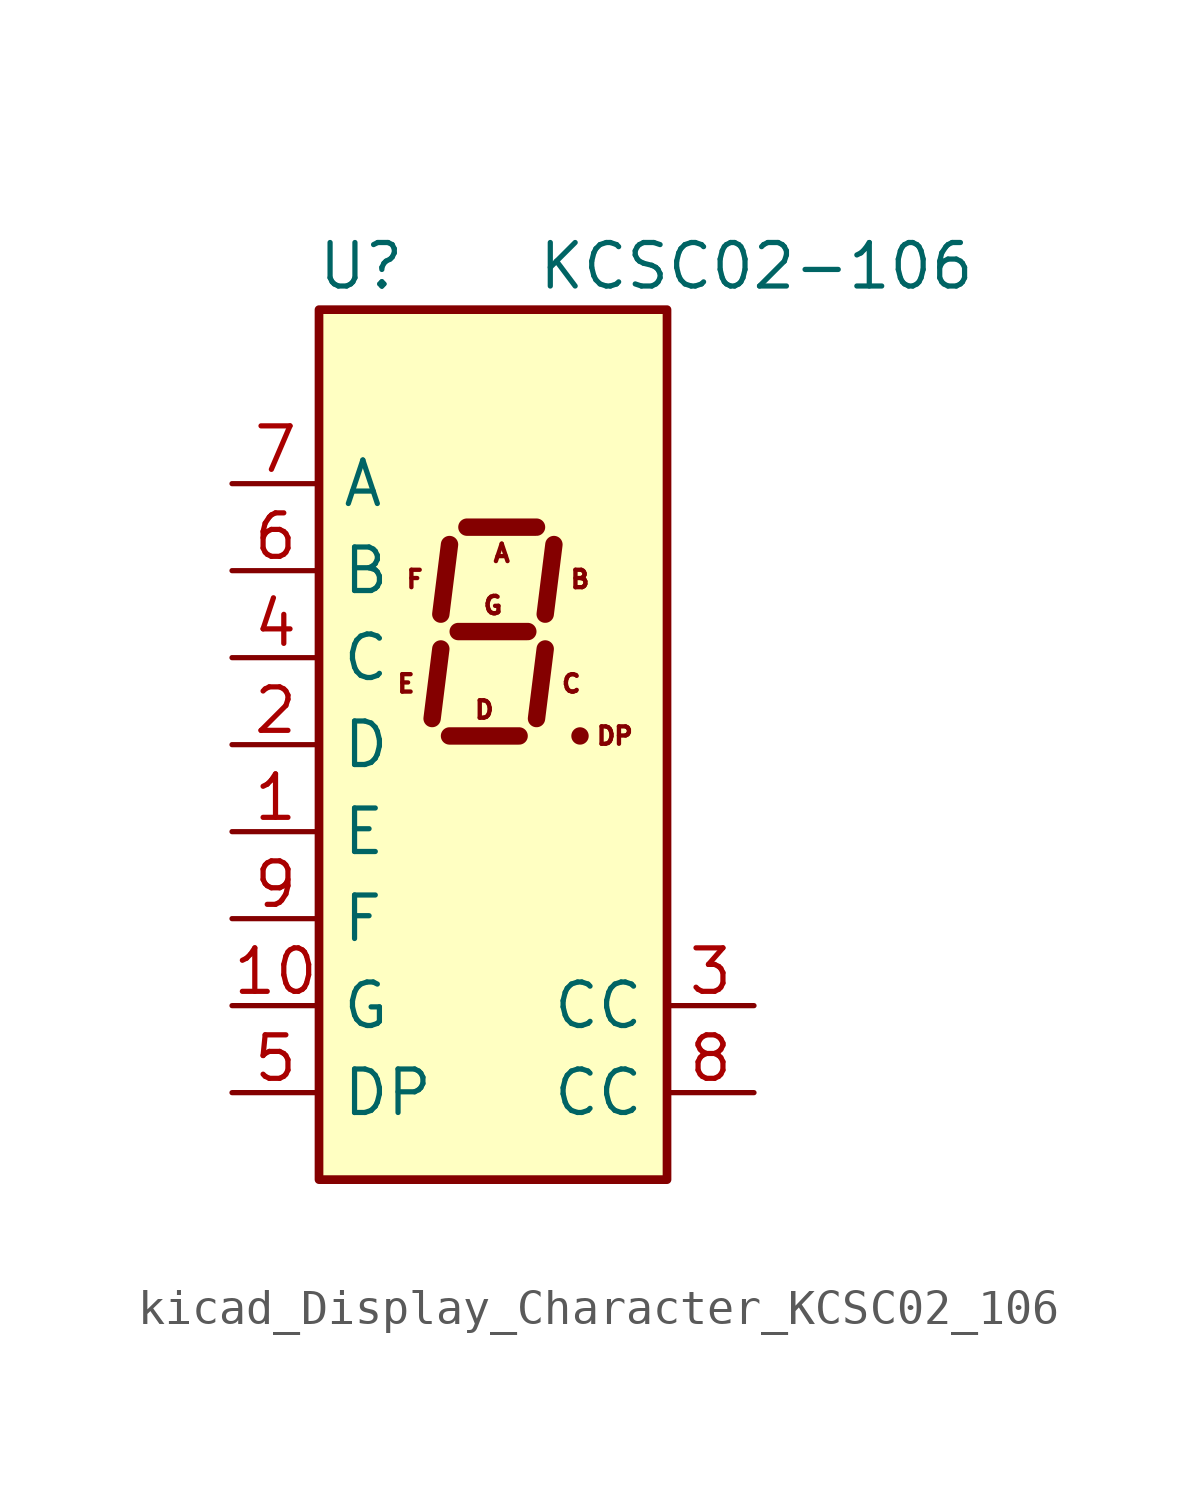
<source format=kicad_sym>
(kicad_symbol_lib
  (version 20220914)
  (generator kicad_symbol_editor)
  (symbol "kicad_Display_Character_KCSC02_106"
    (pin_names
      (offset 0.635))
    (property "Reference" "U"
      (at -2.54 13.97 0)
      (effects (font (size 1.27 1.27)) (justify right)))
    (property "Value" "KCSC02-106"
      (at 1.27 13.97 0)
      (effects (font (size 1.27 1.27)) (justify left)))
    (symbol "kicad_Display_Character_KCSC02_106_0_0"
      (text "A" (at 0.254 5.588 0) (effects (font (size 0.508 0.508))))
      (text "B" (at 2.54 4.826 0) (effects (font (size 0.508 0.508))))
      (text "C" (at 2.286 1.778 0) (effects (font (size 0.508 0.508))))
      (text "D" (at -0.254 1.016 0) (effects (font (size 0.508 0.508))))
      (text "DP" (at 3.556 0.254 0) (effects (font (size 0.508 0.508))))
      (text "E" (at -2.54 1.778 0) (effects (font (size 0.508 0.508))))
      (text "F" (at -2.286 4.826 0) (effects (font (size 0.508 0.508))))
      (text "G" (at 0 4.064 0) (effects (font (size 0.508 0.508)))))
    (symbol "kicad_Display_Character_KCSC02_106_0_1"
      (rectangle (start -5.08 12.7) (end 5.08 -12.7) (stroke (width 0.254) (type default)) (fill (type background)))
      (polyline (pts (xy -1.524 2.794) (xy -1.778 0.762)) (stroke (width 0.508) (type default)) (fill (type none)))
      (polyline (pts (xy -1.27 0.254) (xy 0.762 0.254)) (stroke (width 0.508) (type default)) (fill (type none)))
      (polyline (pts (xy -1.27 5.842) (xy -1.524 3.81)) (stroke (width 0.508) (type default)) (fill (type none)))
      (polyline (pts (xy -1.016 3.302) (xy 1.016 3.302)) (stroke (width 0.508) (type default)) (fill (type none)))
      (polyline (pts (xy -0.762 6.35) (xy 1.27 6.35)) (stroke (width 0.508) (type default)) (fill (type none)))
      (polyline (pts (xy 1.524 2.794) (xy 1.27 0.762)) (stroke (width 0.508) (type default)) (fill (type none)))
      (polyline (pts (xy 1.778 5.842) (xy 1.524 3.81)) (stroke (width 0.508) (type default)) (fill (type none)))
      (polyline (pts (xy 2.54 0.254) (xy 2.54 0.254)) (stroke (width 0.508) (type default)) (fill (type none))))
    (symbol "kicad_Display_Character_KCSC02_106_1_1"
      (pin input line (at -7.62 -2.54 0) (length 2.54) (name "E" (effects (font (size 1.27 1.27)))) (number "1" (effects (font (size 1.27 1.27)))))
      (pin input line (at -7.62 -7.62 0) (length 2.54) (name "G" (effects (font (size 1.27 1.27)))) (number "10" (effects (font (size 1.27 1.27)))))
      (pin input line (at -7.62 0 0) (length 2.54) (name "D" (effects (font (size 1.27 1.27)))) (number "2" (effects (font (size 1.27 1.27)))))
      (pin input line (at 7.62 -7.62 180) (length 2.54) (name "CC" (effects (font (size 1.27 1.27)))) (number "3" (effects (font (size 1.27 1.27)))))
      (pin input line (at -7.62 2.54 0) (length 2.54) (name "C" (effects (font (size 1.27 1.27)))) (number "4" (effects (font (size 1.27 1.27)))))
      (pin input line (at -7.62 -10.16 0) (length 2.54) (name "DP" (effects (font (size 1.27 1.27)))) (number "5" (effects (font (size 1.27 1.27)))))
      (pin input line (at -7.62 5.08 0) (length 2.54) (name "B" (effects (font (size 1.27 1.27)))) (number "6" (effects (font (size 1.27 1.27)))))
      (pin input line (at -7.62 7.62 0) (length 2.54) (name "A" (effects (font (size 1.27 1.27)))) (number "7" (effects (font (size 1.27 1.27)))))
      (pin input line (at 7.62 -10.16 180) (length 2.54) (name "CC" (effects (font (size 1.27 1.27)))) (number "8" (effects (font (size 1.27 1.27)))))
      (pin input line (at -7.62 -5.08 0) (length 2.54) (name "F" (effects (font (size 1.27 1.27)))) (number "9" (effects (font (size 1.27 1.27))))))))
</source>
